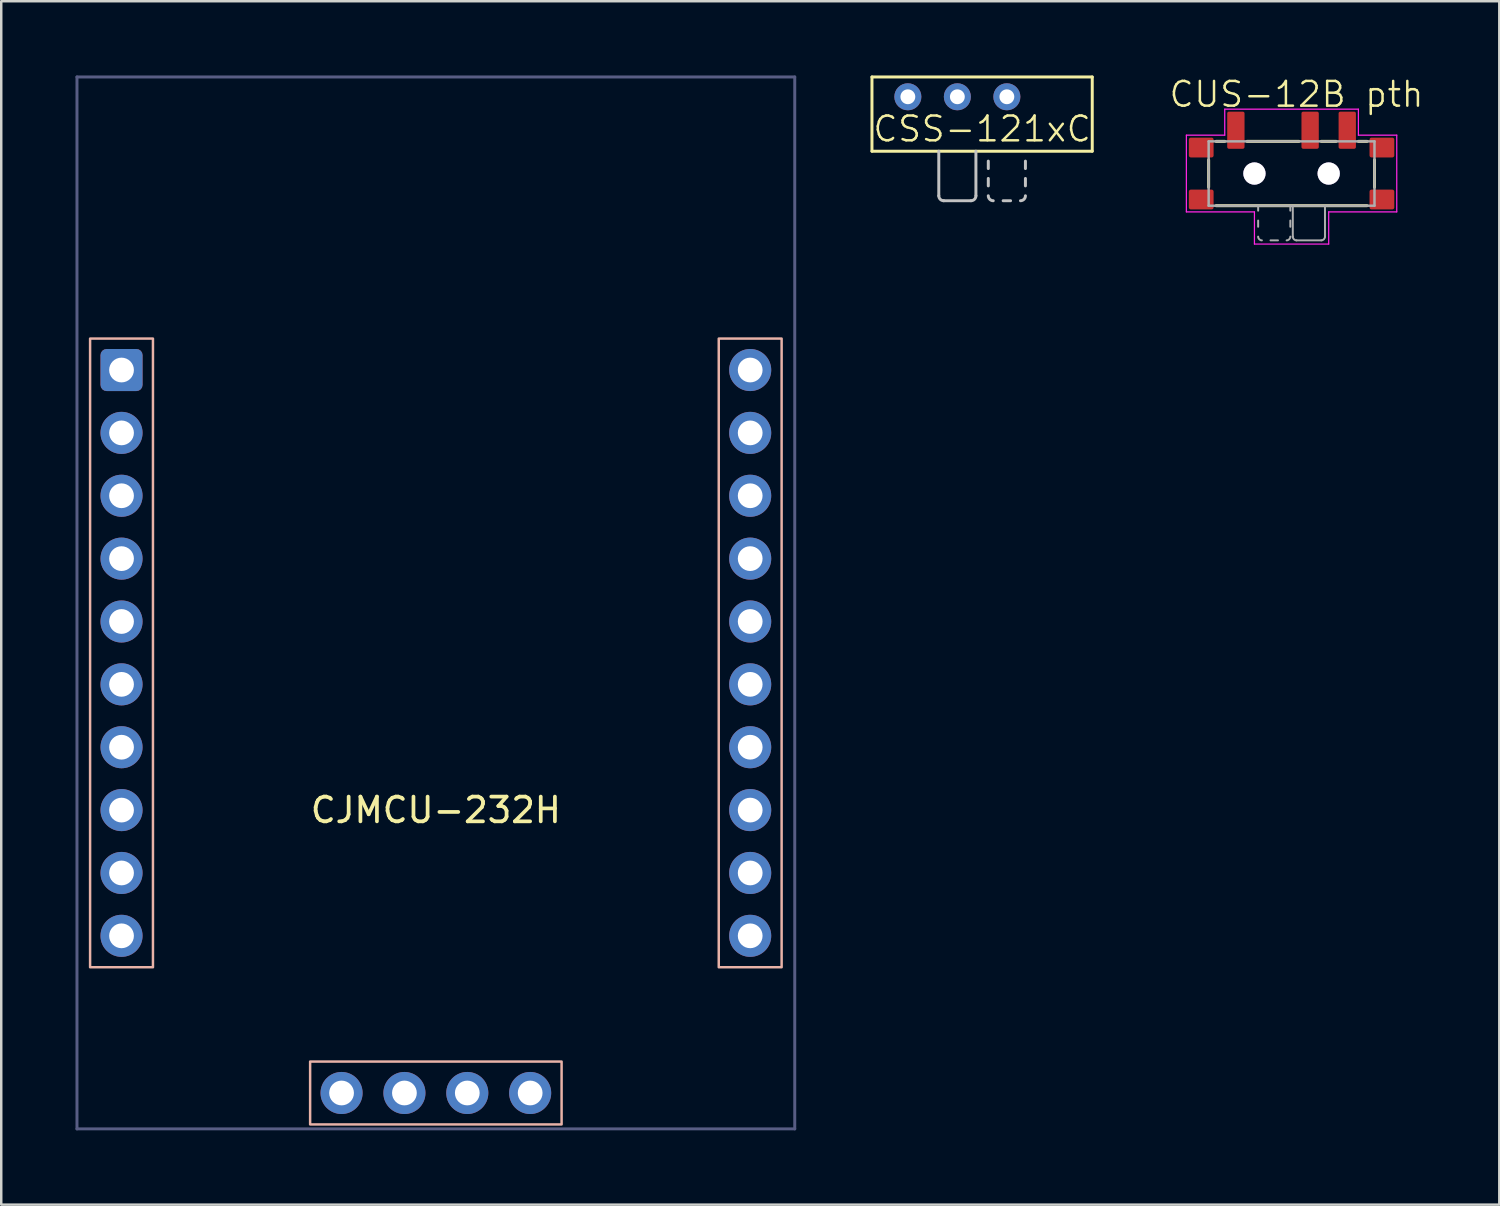
<source format=kicad_pcb>
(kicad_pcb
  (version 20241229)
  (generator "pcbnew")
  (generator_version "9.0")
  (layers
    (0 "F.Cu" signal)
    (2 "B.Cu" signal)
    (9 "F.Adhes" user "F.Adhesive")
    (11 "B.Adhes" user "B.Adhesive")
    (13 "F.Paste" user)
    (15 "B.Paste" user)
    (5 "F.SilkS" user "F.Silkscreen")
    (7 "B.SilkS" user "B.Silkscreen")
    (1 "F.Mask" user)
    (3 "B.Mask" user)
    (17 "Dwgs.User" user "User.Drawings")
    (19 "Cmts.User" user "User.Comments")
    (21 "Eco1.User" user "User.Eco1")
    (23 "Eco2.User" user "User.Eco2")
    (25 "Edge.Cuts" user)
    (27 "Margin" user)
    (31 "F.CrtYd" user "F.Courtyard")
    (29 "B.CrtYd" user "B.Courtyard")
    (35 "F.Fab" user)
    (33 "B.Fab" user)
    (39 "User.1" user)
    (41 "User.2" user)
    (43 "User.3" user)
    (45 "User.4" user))
  (footprint "CJMCU-232H"
    (layer "F.Cu")
    (at 14.56 27.14)
    (property "Reference" "CJMCU-232H" (at 0 2.54 0) (layer "F.SilkS") (effects (font (size 1 1) (thickness 0.15))))
    (attr through_hole)
    (fp_rect (start -13.97 -16.51) (end -11.43 8.89) (stroke (width 0.1) (type default)) (fill no) (layer "B.SilkS"))
    (fp_rect (start 11.43 -16.51) (end 13.97 8.89) (stroke (width 0.1) (type default)) (fill no) (layer "B.SilkS"))
    (fp_poly (pts (xy -5.08 15.24) (xy -5.08 12.7) (xy 5.08 12.7) (xy 5.08 15.24)) (stroke (width 0.1) (type default)) (fill no) (layer "B.SilkS"))
    (fp_line (start -14.5 -27.08) (end 14.5 -27.08) (stroke (width 0.12) (type solid)) (layer "B.Fab"))
    (fp_line (start -14.5 15.42) (end -14.5 -27.08) (stroke (width 0.12) (type solid)) (layer "B.Fab"))
    (fp_line (start 14.5 -27.08) (end 14.5 15.42) (stroke (width 0.12) (type solid)) (layer "B.Fab"))
    (fp_line (start 14.5 15.42) (end -14.5 15.42) (stroke (width 0.12) (type solid)) (layer "B.Fab"))
    (pad "1" thru_hole roundrect (at -12.7 -15.24) (size 1.7 1.7) (drill 1) (layers "*.Cu" "*.Mask") (roundrect_rratio 0.147))
    (pad "2" thru_hole circle (at -12.7 -12.7) (size 1.7 1.7) (drill 1) (layers "*.Cu" "*.Mask"))
    (pad "3" thru_hole circle (at -12.7 -10.16) (size 1.7 1.7) (drill 1) (layers "*.Cu" "*.Mask"))
    (pad "4" thru_hole circle (at -12.7 -7.62) (size 1.7 1.7) (drill 1) (layers "*.Cu" "*.Mask"))
    (pad "5" thru_hole circle (at -12.7 -5.08) (size 1.7 1.7) (drill 1) (layers "*.Cu" "*.Mask"))
    (pad "6" thru_hole circle (at -12.7 -2.54) (size 1.7 1.7) (drill 1) (layers "*.Cu" "*.Mask"))
    (pad "7" thru_hole circle (at -12.7 0) (size 1.7 1.7) (drill 1) (layers "*.Cu" "*.Mask"))
    (pad "8" thru_hole circle (at -12.7 2.54) (size 1.7 1.7) (drill 1) (layers "*.Cu" "*.Mask"))
    (pad "9" thru_hole circle (at -12.7 5.08) (size 1.7 1.7) (drill 1) (layers "*.Cu" "*.Mask"))
    (pad "10" thru_hole circle (at -12.7 7.62) (size 1.7 1.7) (drill 1) (layers "*.Cu" "*.Mask"))
    (pad "11" thru_hole circle (at 12.7 7.62) (size 1.7 1.7) (drill 1) (layers "*.Cu" "*.Mask"))
    (pad "12" thru_hole circle (at 12.7 5.08) (size 1.7 1.7) (drill 1) (layers "*.Cu" "*.Mask"))
    (pad "13" thru_hole circle (at 12.7 2.54) (size 1.7 1.7) (drill 1) (layers "*.Cu" "*.Mask"))
    (pad "14" thru_hole circle (at 12.7 0) (size 1.7 1.7) (drill 1) (layers "*.Cu" "*.Mask"))
    (pad "15" thru_hole circle (at 12.7 -2.54) (size 1.7 1.7) (drill 1) (layers "*.Cu" "*.Mask"))
    (pad "16" thru_hole circle (at 12.7 -5.08) (size 1.7 1.7) (drill 1) (layers "*.Cu" "*.Mask"))
    (pad "17" thru_hole circle (at 12.7 -7.62) (size 1.7 1.7) (drill 1) (layers "*.Cu" "*.Mask"))
    (pad "18" thru_hole circle (at 12.7 -10.16) (size 1.7 1.7) (drill 1) (layers "*.Cu" "*.Mask"))
    (pad "19" thru_hole circle (at 12.7 -12.7) (size 1.7 1.7) (drill 1) (layers "*.Cu" "*.Mask"))
    (pad "20" thru_hole circle (at 12.7 -15.24) (size 1.7 1.7) (drill 1) (layers "*.Cu" "*.Mask"))
    (pad "21" thru_hole circle (at 3.81 13.97) (size 1.7 1.7) (drill 1) (layers "*.Cu" "*.Mask"))
    (pad "22" thru_hole circle (at 1.27 13.97) (size 1.7 1.7) (drill 1) (layers "*.Cu" "*.Mask"))
    (pad "23" thru_hole circle (at -1.27 13.97) (size 1.7 1.7) (drill 1) (layers "*.Cu" "*.Mask"))
    (pad "24" thru_hole circle (at -3.81 13.97) (size 1.7 1.7) (drill 1) (layers "*.Cu" "*.Mask")))
  (footprint "CSS-121xC"
    (layer "F.Cu")
    (at 36.63 0.86)
    (property "Reference" "CSS-121xC" (at 0 1.3 0) (layer "F.SilkS") (effects (font (size 1 1) (thickness 0.1))))
    (attr through_hole)
    (fp_line (start -4.45 -0.8) (end -4.45 2.2) (stroke (width 0.12) (type solid)) (layer "F.SilkS"))
    (fp_line (start -4.45 -0.8) (end 4.45 -0.8) (stroke (width 0.12) (type solid)) (layer "F.SilkS"))
    (fp_line (start -4.45 2.2) (end 4.45 2.2) (stroke (width 0.12) (type solid)) (layer "F.SilkS"))
    (fp_line (start 4.45 -0.8) (end 4.45 2.2) (stroke (width 0.12) (type solid)) (layer "F.SilkS"))
    (fp_line (start -1.75 4) (end -1.75 2.2) (stroke (width 0.12) (type solid)) (layer "Dwgs.User"))
    (fp_line (start -0.45 4.2) (end -1.55 4.2) (stroke (width 0.12) (type solid)) (layer "Dwgs.User"))
    (fp_line (start -0.25 2.2) (end -0.25 4) (stroke (width 0.12) (type solid)) (layer "Dwgs.User"))
    (fp_line (start 0.25 2.9) (end 0.25 2.6) (stroke (width 0.12) (type solid)) (layer "Dwgs.User"))
    (fp_line (start 0.25 3.6) (end 0.25 3.3) (stroke (width 0.12) (type solid)) (layer "Dwgs.User"))
    (fp_line (start 1.15 4.2) (end 0.85 4.2) (stroke (width 0.12) (type solid)) (layer "Dwgs.User"))
    (fp_line (start 1.75 2.6) (end 1.75 2.9) (stroke (width 0.12) (type solid)) (layer "Dwgs.User"))
    (fp_line (start 1.75 3.3) (end 1.75 3.6) (stroke (width 0.12) (type solid)) (layer "Dwgs.User"))
    (fp_arc (start -1.55 4.2) (mid -1.691421 4.141421) (end -1.75 4) (stroke (width 0.12) (type solid)) (layer "Dwgs.User"))
    (fp_arc (start -0.25 4) (mid -0.308579 4.141421) (end -0.45 4.2) (stroke (width 0.12) (type solid)) (layer "Dwgs.User"))
    (fp_arc (start 0.45 4.2) (mid 0.308579 4.141421) (end 0.25 4) (stroke (width 0.12) (type solid)) (layer "Dwgs.User"))
    (fp_arc (start 1.75 4) (mid 1.691421 4.141421) (end 1.55 4.2) (stroke (width 0.12) (type solid)) (layer "Dwgs.User"))
    (pad "1" thru_hole circle (at -3 0) (size 1.092 1.092) (drill 0.6) (layers "*.Cu" "*.Mask"))
    (pad "2" thru_hole circle (at -1 0) (size 1.092 1.092) (drill 0.6) (layers "*.Cu" "*.Mask"))
    (pad "3" thru_hole circle (at 1 0) (size 1.092 1.092) (drill 0.6) (layers "*.Cu" "*.Mask")))
  (footprint "CUS-12B pth"
    (layer "F.Cu")
    (at 49.133 3.961)
    (property "Reference" "CUS-12B pth" (at 0.2 -3.2 0) (layer "F.SilkS") (effects (font (size 1 1) (thickness 0.1))))
    (attr smd)
    (fp_line (start -3.35 -0.55) (end -3.35 0.55) (stroke (width 0.12) (type solid)) (layer "F.SilkS"))
    (fp_line (start -3.05 1.3) (end 3.05 1.3) (stroke (width 0.12) (type solid)) (layer "F.SilkS"))
    (fp_line (start -2.7 -1.3) (end -3.05 -1.3) (stroke (width 0.12) (type solid)) (layer "F.SilkS"))
    (fp_line (start 0.3 -1.3) (end -1.8 -1.3) (stroke (width 0.12) (type solid)) (layer "F.SilkS"))
    (fp_line (start 1.8 -1.3) (end 1.2 -1.3) (stroke (width 0.12) (type solid)) (layer "F.SilkS"))
    (fp_line (start 3.05 -1.3) (end 2.7 -1.3) (stroke (width 0.12) (type solid)) (layer "F.SilkS"))
    (fp_line (start 3.35 0.55) (end 3.35 -0.55) (stroke (width 0.12) (type solid)) (layer "F.SilkS"))
    (fp_line (start -4.25 -1.55) (end -4.25 1.55) (stroke (width 0.05) (type default)) (layer "F.CrtYd"))
    (fp_line (start -4.25 1.55) (end -1.5 1.55) (stroke (width 0.05) (type default)) (layer "F.CrtYd"))
    (fp_line (start -2.7 -2.6) (end -2.7 -1.55) (stroke (width 0.05) (type default)) (layer "F.CrtYd"))
    (fp_line (start -2.7 -1.55) (end -4.25 -1.55) (stroke (width 0.05) (type default)) (layer "F.CrtYd"))
    (fp_line (start -1.5 1.55) (end -1.5 2.85) (stroke (width 0.05) (type default)) (layer "F.CrtYd"))
    (fp_line (start -1.5 2.85) (end 1.5 2.85) (stroke (width 0.05) (type default)) (layer "F.CrtYd"))
    (fp_line (start 1.5 1.55) (end 4.25 1.55) (stroke (width 0.05) (type default)) (layer "F.CrtYd"))
    (fp_line (start 1.5 2.85) (end 1.5 1.55) (stroke (width 0.05) (type default)) (layer "F.CrtYd"))
    (fp_line (start 2.7 -2.6) (end -2.7 -2.6) (stroke (width 0.05) (type default)) (layer "F.CrtYd"))
    (fp_line (start 2.7 -1.55) (end 2.7 -2.6) (stroke (width 0.05) (type default)) (layer "F.CrtYd"))
    (fp_line (start 4.25 -1.55) (end 2.7 -1.55) (stroke (width 0.05) (type default)) (layer "F.CrtYd"))
    (fp_line (start 4.25 1.55) (end 4.25 -1.55) (stroke (width 0.05) (type default)) (layer "F.CrtYd"))
    (fp_line (start -3.35 -1.3) (end -3.35 1.3) (stroke (width 0.1) (type default)) (layer "F.Fab"))
    (fp_line (start -3.35 1.3) (end 3.35 1.3) (stroke (width 0.1) (type default)) (layer "F.Fab"))
    (fp_line (start -1.35 1.3) (end -1.35 1.5) (stroke (width 0.08) (type solid)) (layer "F.Fab"))
    (fp_line (start -1.35 1.9) (end -1.35 2.15) (stroke (width 0.08) (type solid)) (layer "F.Fab"))
    (fp_line (start -0.85 2.7) (end -0.55 2.7) (stroke (width 0.08) (type solid)) (layer "F.Fab"))
    (fp_line (start -0.05 1.5) (end -0.05 1.3) (stroke (width 0.08) (type solid)) (layer "F.Fab"))
    (fp_line (start -0.05 2.15) (end -0.05 1.9) (stroke (width 0.08) (type solid)) (layer "F.Fab"))
    (fp_line (start 0.05 1.3) (end 0.05 2.55) (stroke (width 0.08) (type solid)) (layer "F.Fab"))
    (fp_line (start 0.2 2.7) (end 1.2 2.7) (stroke (width 0.08) (type solid)) (layer "F.Fab"))
    (fp_line (start 1.35 2.55) (end 1.35 1.3) (stroke (width 0.08) (type solid)) (layer "F.Fab"))
    (fp_line (start 3.35 -1.3) (end -3.35 -1.3) (stroke (width 0.1) (type default)) (layer "F.Fab"))
    (fp_line (start 3.35 1.3) (end 3.35 -1.3) (stroke (width 0.1) (type default)) (layer "F.Fab"))
    (fp_arc (start -1.2 2.7) (mid -1.306066 2.656066) (end -1.35 2.55) (stroke (width 0.08) (type solid)) (layer "F.Fab"))
    (fp_arc (start -0.05 2.55) (mid -0.093934 2.656066) (end -0.2 2.7) (stroke (width 0.08) (type solid)) (layer "F.Fab"))
    (fp_arc (start 0.2 2.7) (mid 0.093934 2.656066) (end 0.05 2.55) (stroke (width 0.08) (type solid)) (layer "F.Fab"))
    (fp_arc (start 1.35 2.55) (mid 1.306066 2.656066) (end 1.2 2.7) (stroke (width 0.08) (type solid)) (layer "F.Fab"))
    (pad "1" smd roundrect (at -2.25 -1.75) (size 0.7 1.5) (layers "F.Cu" "F.Mask" "F.Paste") (roundrect_rratio 0.1))
    (pad "2" smd roundrect (at 0.75 -1.75) (size 0.7 1.5) (layers "F.Cu" "F.Mask" "F.Paste") (roundrect_rratio 0.1))
    (pad "3" smd roundrect (at 2.25 -1.75) (size 0.7 1.5) (layers "F.Cu" "F.Mask" "F.Paste") (roundrect_rratio 0.1))
    (pad "M" thru_hole circle (at -1.5 0) (size 0.9 0.9) (drill 0.9) (layers "*.Cu"))
    (pad "M" thru_hole circle (at 1.5 0) (size 0.9 0.9) (drill 0.9) (layers "*.Cu"))
    (pad "S" smd roundrect (at -3.65 -1.05) (size 1 0.8) (layers "F.Cu" "F.Mask" "F.Paste") (roundrect_rratio 0.1))
    (pad "S" smd roundrect (at -3.65 1.05) (size 1 0.8) (layers "F.Cu" "F.Mask" "F.Paste") (roundrect_rratio 0.1))
    (pad "S" smd roundrect (at 3.65 -1.05) (size 1 0.8) (layers "F.Cu" "F.Mask" "F.Paste") (roundrect_rratio 0.1))
    (pad "S" smd roundrect (at 3.65 1.05) (size 1 0.8) (layers "F.Cu" "F.Mask" "F.Paste") (roundrect_rratio 0.1)))
  (gr_rect
    (start -3 -3)
    (end 57.526 45.62)
    (stroke (width 0.1) (type default))
    (fill no)
    (layer "Edge.Cuts")))
</source>
